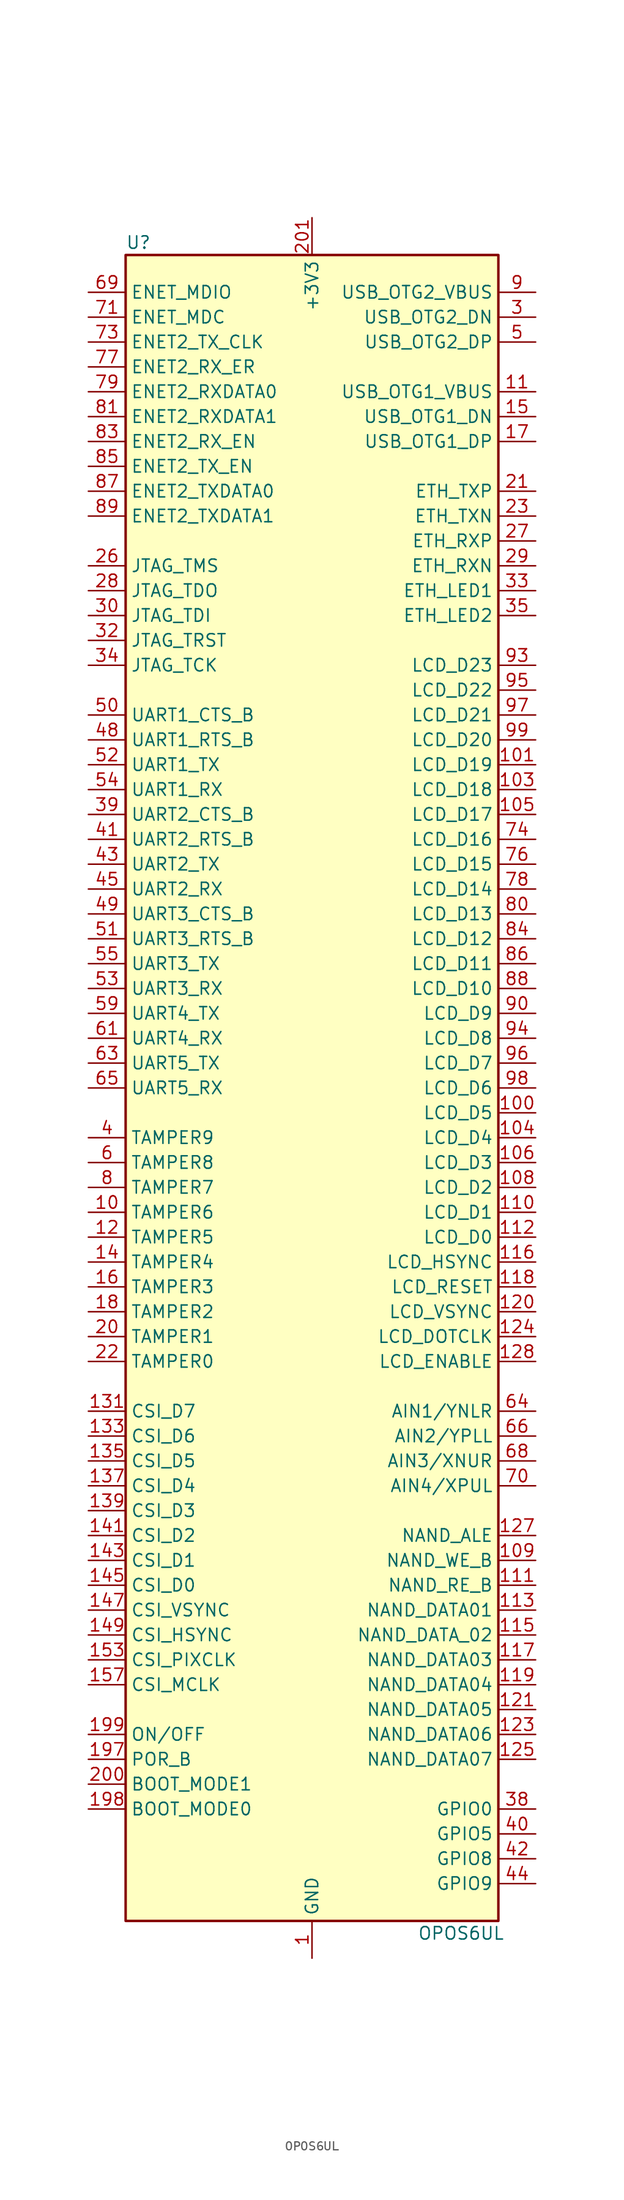
<source format=kicad_sym>
(kicad_symbol_lib
  (version 20211014)
  (generator kicad_symbol_editor)
  (symbol "OPOS6UL"
    (property "Reference" "U"
      (at -19.05 86.36 0)
      (effects (font (size 1.27 1.27)) (justify left)))
    (property "Value" "OPOS6UL"
      (at 15.24 -86.36 0)
      (effects (font (size 1.27 1.27))))
    (symbol "OPOS6UL_1_1"
      (rectangle (start -19.05 85.09) (end 19.05 -85.09) (stroke (width 0.254) (type default) (color 0 0 0 0)) (fill (type background)))
      (pin power_in line (at 0 -88.9 90) (length 3.81) (name "GND" (effects (font (size 1.27 1.27)))) (number "1" (effects (font (size 1.27 1.27)))))
      (pin bidirectional line (at -22.86 -12.7 0) (length 3.81) (name "TAMPER6" (effects (font (size 1.27 1.27)))) (number "10" (effects (font (size 1.27 1.27)))))
      (pin bidirectional line (at 22.86 -2.54 180) (length 3.81) (name "LCD_D5" (effects (font (size 1.27 1.27)))) (number "100" (effects (font (size 1.27 1.27)))))
      (pin bidirectional line (at 22.86 33.02 180) (length 3.81) (name "LCD_D19" (effects (font (size 1.27 1.27)))) (number "101" (effects (font (size 1.27 1.27)))))
      (pin passive line (at 0 -88.9 90) (length 3.81) hide (name "GND" (effects (font (size 1.27 1.27)))) (number "102" (effects (font (size 1.27 1.27)))))
      (pin bidirectional line (at 22.86 30.48 180) (length 3.81) (name "LCD_D18" (effects (font (size 1.27 1.27)))) (number "103" (effects (font (size 1.27 1.27)))))
      (pin bidirectional line (at 22.86 -5.08 180) (length 3.81) (name "LCD_D4" (effects (font (size 1.27 1.27)))) (number "104" (effects (font (size 1.27 1.27)))))
      (pin bidirectional line (at 22.86 27.94 180) (length 3.81) (name "LCD_D17" (effects (font (size 1.27 1.27)))) (number "105" (effects (font (size 1.27 1.27)))))
      (pin bidirectional line (at 22.86 -7.62 180) (length 3.81) (name "LCD_D3" (effects (font (size 1.27 1.27)))) (number "106" (effects (font (size 1.27 1.27)))))
      (pin passive line (at 0 -88.9 90) (length 3.81) hide (name "GND" (effects (font (size 1.27 1.27)))) (number "107" (effects (font (size 1.27 1.27)))))
      (pin bidirectional line (at 22.86 -10.16 180) (length 3.81) (name "LCD_D2" (effects (font (size 1.27 1.27)))) (number "108" (effects (font (size 1.27 1.27)))))
      (pin bidirectional line (at 22.86 -48.26 180) (length 3.81) (name "NAND_WE_B" (effects (font (size 1.27 1.27)))) (number "109" (effects (font (size 1.27 1.27)))))
      (pin power_in line (at 22.86 71.12 180) (length 3.81) (name "USB_OTG1_VBUS" (effects (font (size 1.27 1.27)))) (number "11" (effects (font (size 1.27 1.27)))))
      (pin bidirectional line (at 22.86 -12.7 180) (length 3.81) (name "LCD_D1" (effects (font (size 1.27 1.27)))) (number "110" (effects (font (size 1.27 1.27)))))
      (pin bidirectional line (at 22.86 -50.8 180) (length 3.81) (name "NAND_RE_B" (effects (font (size 1.27 1.27)))) (number "111" (effects (font (size 1.27 1.27)))))
      (pin bidirectional line (at 22.86 -15.24 180) (length 3.81) (name "LCD_D0" (effects (font (size 1.27 1.27)))) (number "112" (effects (font (size 1.27 1.27)))))
      (pin bidirectional line (at 22.86 -53.34 180) (length 3.81) (name "NAND_DATA01" (effects (font (size 1.27 1.27)))) (number "113" (effects (font (size 1.27 1.27)))))
      (pin passive line (at 0 -88.9 90) (length 3.81) hide (name "GND" (effects (font (size 1.27 1.27)))) (number "114" (effects (font (size 1.27 1.27)))))
      (pin bidirectional line (at 22.86 -55.88 180) (length 3.81) (name "NAND_DATA_02" (effects (font (size 1.27 1.27)))) (number "115" (effects (font (size 1.27 1.27)))))
      (pin bidirectional line (at 22.86 -17.78 180) (length 3.81) (name "LCD_HSYNC" (effects (font (size 1.27 1.27)))) (number "116" (effects (font (size 1.27 1.27)))))
      (pin bidirectional line (at 22.86 -58.42 180) (length 3.81) (name "NAND_DATA03" (effects (font (size 1.27 1.27)))) (number "117" (effects (font (size 1.27 1.27)))))
      (pin bidirectional line (at 22.86 -20.32 180) (length 3.81) (name "LCD_RESET" (effects (font (size 1.27 1.27)))) (number "118" (effects (font (size 1.27 1.27)))))
      (pin bidirectional line (at 22.86 -60.96 180) (length 3.81) (name "NAND_DATA04" (effects (font (size 1.27 1.27)))) (number "119" (effects (font (size 1.27 1.27)))))
      (pin bidirectional line (at -22.86 -15.24 0) (length 3.81) (name "TAMPER5" (effects (font (size 1.27 1.27)))) (number "12" (effects (font (size 1.27 1.27)))))
      (pin bidirectional line (at 22.86 -22.86 180) (length 3.81) (name "LCD_VSYNC" (effects (font (size 1.27 1.27)))) (number "120" (effects (font (size 1.27 1.27)))))
      (pin bidirectional line (at 22.86 -63.5 180) (length 3.81) (name "NAND_DATA05" (effects (font (size 1.27 1.27)))) (number "121" (effects (font (size 1.27 1.27)))))
      (pin passive line (at 0 -88.9 90) (length 3.81) hide (name "GND" (effects (font (size 1.27 1.27)))) (number "122" (effects (font (size 1.27 1.27)))))
      (pin bidirectional line (at 22.86 -66.04 180) (length 3.81) (name "NAND_DATA06" (effects (font (size 1.27 1.27)))) (number "123" (effects (font (size 1.27 1.27)))))
      (pin bidirectional line (at 22.86 -25.4 180) (length 3.81) (name "LCD_DOTCLK" (effects (font (size 1.27 1.27)))) (number "124" (effects (font (size 1.27 1.27)))))
      (pin bidirectional line (at 22.86 -68.58 180) (length 3.81) (name "NAND_DATA07" (effects (font (size 1.27 1.27)))) (number "125" (effects (font (size 1.27 1.27)))))
      (pin passive line (at 0 -88.9 90) (length 3.81) hide (name "GND" (effects (font (size 1.27 1.27)))) (number "126" (effects (font (size 1.27 1.27)))))
      (pin bidirectional line (at 22.86 -45.72 180) (length 3.81) (name "NAND_ALE" (effects (font (size 1.27 1.27)))) (number "127" (effects (font (size 1.27 1.27)))))
      (pin bidirectional line (at 22.86 -27.94 180) (length 3.81) (name "LCD_ENABLE" (effects (font (size 1.27 1.27)))) (number "128" (effects (font (size 1.27 1.27)))))
      (pin passive line (at 0 -88.9 90) (length 3.81) hide (name "GND" (effects (font (size 1.27 1.27)))) (number "129" (effects (font (size 1.27 1.27)))))
      (pin passive line (at 0 -88.9 90) (length 3.81) hide (name "GND" (effects (font (size 1.27 1.27)))) (number "13" (effects (font (size 1.27 1.27)))))
      (pin no_connect line (at 0 17.78 0) (length 3.81) hide (name "NC" (effects (font (size 1.27 1.27)))) (number "130" (effects (font (size 1.27 1.27)))))
      (pin bidirectional line (at -22.86 -33.02 0) (length 3.81) (name "CSI_D7" (effects (font (size 1.27 1.27)))) (number "131" (effects (font (size 1.27 1.27)))))
      (pin no_connect line (at 0 15.24 0) (length 3.81) hide (name "NC" (effects (font (size 1.27 1.27)))) (number "132" (effects (font (size 1.27 1.27)))))
      (pin bidirectional line (at -22.86 -35.56 0) (length 3.81) (name "CSI_D6" (effects (font (size 1.27 1.27)))) (number "133" (effects (font (size 1.27 1.27)))))
      (pin no_connect line (at 0 12.7 0) (length 3.81) hide (name "NC" (effects (font (size 1.27 1.27)))) (number "134" (effects (font (size 1.27 1.27)))))
      (pin bidirectional line (at -22.86 -38.1 0) (length 3.81) (name "CSI_D5" (effects (font (size 1.27 1.27)))) (number "135" (effects (font (size 1.27 1.27)))))
      (pin no_connect line (at 0 10.16 0) (length 3.81) hide (name "NC" (effects (font (size 1.27 1.27)))) (number "136" (effects (font (size 1.27 1.27)))))
      (pin bidirectional line (at -22.86 -40.64 0) (length 3.81) (name "CSI_D4" (effects (font (size 1.27 1.27)))) (number "137" (effects (font (size 1.27 1.27)))))
      (pin no_connect line (at 0 7.62 0) (length 3.81) hide (name "NC" (effects (font (size 1.27 1.27)))) (number "138" (effects (font (size 1.27 1.27)))))
      (pin bidirectional line (at -22.86 -43.18 0) (length 3.81) (name "CSI_D3" (effects (font (size 1.27 1.27)))) (number "139" (effects (font (size 1.27 1.27)))))
      (pin bidirectional line (at -22.86 -17.78 0) (length 3.81) (name "TAMPER4" (effects (font (size 1.27 1.27)))) (number "14" (effects (font (size 1.27 1.27)))))
      (pin no_connect line (at 0 5.08 0) (length 3.81) hide (name "NC" (effects (font (size 1.27 1.27)))) (number "140" (effects (font (size 1.27 1.27)))))
      (pin bidirectional line (at -22.86 -45.72 0) (length 3.81) (name "CSI_D2" (effects (font (size 1.27 1.27)))) (number "141" (effects (font (size 1.27 1.27)))))
      (pin no_connect line (at 0 2.54 0) (length 3.81) hide (name "NC" (effects (font (size 1.27 1.27)))) (number "142" (effects (font (size 1.27 1.27)))))
      (pin bidirectional line (at -22.86 -48.26 0) (length 3.81) (name "CSI_D1" (effects (font (size 1.27 1.27)))) (number "143" (effects (font (size 1.27 1.27)))))
      (pin no_connect line (at 0 0 0) (length 3.81) hide (name "NC" (effects (font (size 1.27 1.27)))) (number "144" (effects (font (size 1.27 1.27)))))
      (pin bidirectional line (at -22.86 -50.8 0) (length 3.81) (name "CSI_D0" (effects (font (size 1.27 1.27)))) (number "145" (effects (font (size 1.27 1.27)))))
      (pin no_connect line (at 0 -2.54 0) (length 3.81) hide (name "NC" (effects (font (size 1.27 1.27)))) (number "146" (effects (font (size 1.27 1.27)))))
      (pin bidirectional line (at -22.86 -53.34 0) (length 3.81) (name "CSI_VSYNC" (effects (font (size 1.27 1.27)))) (number "147" (effects (font (size 1.27 1.27)))))
      (pin no_connect line (at 0 -5.08 0) (length 3.81) hide (name "NC" (effects (font (size 1.27 1.27)))) (number "148" (effects (font (size 1.27 1.27)))))
      (pin bidirectional line (at -22.86 -55.88 0) (length 3.81) (name "CSI_HSYNC" (effects (font (size 1.27 1.27)))) (number "149" (effects (font (size 1.27 1.27)))))
      (pin bidirectional line (at 22.86 68.58 180) (length 3.81) (name "USB_OTG1_DN" (effects (font (size 1.27 1.27)))) (number "15" (effects (font (size 1.27 1.27)))))
      (pin no_connect line (at 0 -7.62 0) (length 3.81) hide (name "NC" (effects (font (size 1.27 1.27)))) (number "150" (effects (font (size 1.27 1.27)))))
      (pin passive line (at 0 -88.9 90) (length 3.81) hide (name "GND" (effects (font (size 1.27 1.27)))) (number "151" (effects (font (size 1.27 1.27)))))
      (pin no_connect line (at 0 -10.16 0) (length 3.81) hide (name "NC" (effects (font (size 1.27 1.27)))) (number "152" (effects (font (size 1.27 1.27)))))
      (pin bidirectional line (at -22.86 -58.42 0) (length 3.81) (name "CSI_PIXCLK" (effects (font (size 1.27 1.27)))) (number "153" (effects (font (size 1.27 1.27)))))
      (pin no_connect line (at 0 -12.7 0) (length 3.81) hide (name "NC" (effects (font (size 1.27 1.27)))) (number "154" (effects (font (size 1.27 1.27)))))
      (pin passive line (at 0 -88.9 90) (length 3.81) hide (name "GND" (effects (font (size 1.27 1.27)))) (number "155" (effects (font (size 1.27 1.27)))))
      (pin no_connect line (at 0 -15.24 0) (length 3.81) hide (name "NC" (effects (font (size 1.27 1.27)))) (number "156" (effects (font (size 1.27 1.27)))))
      (pin bidirectional line (at -22.86 -60.96 0) (length 3.81) (name "CSI_MCLK" (effects (font (size 1.27 1.27)))) (number "157" (effects (font (size 1.27 1.27)))))
      (pin no_connect line (at 0 -17.78 0) (length 3.81) hide (name "NC" (effects (font (size 1.27 1.27)))) (number "158" (effects (font (size 1.27 1.27)))))
      (pin passive line (at 0 -88.9 90) (length 3.81) hide (name "GND" (effects (font (size 1.27 1.27)))) (number "159" (effects (font (size 1.27 1.27)))))
      (pin bidirectional line (at -22.86 -20.32 0) (length 3.81) (name "TAMPER3" (effects (font (size 1.27 1.27)))) (number "16" (effects (font (size 1.27 1.27)))))
      (pin no_connect line (at 0 -20.32 0) (length 3.81) hide (name "NC" (effects (font (size 1.27 1.27)))) (number "160" (effects (font (size 1.27 1.27)))))
      (pin no_connect line (at 0 68.58 0) (length 3.81) hide (name "NC" (effects (font (size 1.27 1.27)))) (number "161" (effects (font (size 1.27 1.27)))))
      (pin no_connect line (at 0 -22.86 0) (length 3.81) hide (name "NC" (effects (font (size 1.27 1.27)))) (number "162" (effects (font (size 1.27 1.27)))))
      (pin no_connect line (at 0 66.04 0) (length 3.81) hide (name "NC" (effects (font (size 1.27 1.27)))) (number "163" (effects (font (size 1.27 1.27)))))
      (pin no_connect line (at 0 -25.4 0) (length 3.81) hide (name "NC" (effects (font (size 1.27 1.27)))) (number "164" (effects (font (size 1.27 1.27)))))
      (pin no_connect line (at 0 63.5 0) (length 3.81) hide (name "NC" (effects (font (size 1.27 1.27)))) (number "165" (effects (font (size 1.27 1.27)))))
      (pin no_connect line (at 0 -27.94 0) (length 3.81) hide (name "NC" (effects (font (size 1.27 1.27)))) (number "166" (effects (font (size 1.27 1.27)))))
      (pin no_connect line (at 0 60.96 0) (length 3.81) hide (name "NC" (effects (font (size 1.27 1.27)))) (number "167" (effects (font (size 1.27 1.27)))))
      (pin no_connect line (at 0 -30.48 0) (length 3.81) hide (name "NC" (effects (font (size 1.27 1.27)))) (number "168" (effects (font (size 1.27 1.27)))))
      (pin no_connect line (at 0 58.42 0) (length 3.81) hide (name "NC" (effects (font (size 1.27 1.27)))) (number "169" (effects (font (size 1.27 1.27)))))
      (pin bidirectional line (at 22.86 66.04 180) (length 3.81) (name "USB_OTG1_DP" (effects (font (size 1.27 1.27)))) (number "17" (effects (font (size 1.27 1.27)))))
      (pin no_connect line (at 0 -33.02 0) (length 3.81) hide (name "NC" (effects (font (size 1.27 1.27)))) (number "170" (effects (font (size 1.27 1.27)))))
      (pin no_connect line (at 0 55.88 0) (length 3.81) hide (name "NC" (effects (font (size 1.27 1.27)))) (number "171" (effects (font (size 1.27 1.27)))))
      (pin no_connect line (at 0 -35.56 0) (length 3.81) hide (name "NC" (effects (font (size 1.27 1.27)))) (number "172" (effects (font (size 1.27 1.27)))))
      (pin no_connect line (at 0 53.34 0) (length 3.81) hide (name "NC" (effects (font (size 1.27 1.27)))) (number "173" (effects (font (size 1.27 1.27)))))
      (pin no_connect line (at 0 -38.1 0) (length 3.81) hide (name "NC" (effects (font (size 1.27 1.27)))) (number "174" (effects (font (size 1.27 1.27)))))
      (pin no_connect line (at 0 50.8 0) (length 3.81) hide (name "NC" (effects (font (size 1.27 1.27)))) (number "175" (effects (font (size 1.27 1.27)))))
      (pin no_connect line (at 0 -40.64 0) (length 3.81) hide (name "NC" (effects (font (size 1.27 1.27)))) (number "176" (effects (font (size 1.27 1.27)))))
      (pin no_connect line (at 0 48.26 0) (length 3.81) hide (name "NC" (effects (font (size 1.27 1.27)))) (number "177" (effects (font (size 1.27 1.27)))))
      (pin no_connect line (at 0 -43.18 0) (length 3.81) hide (name "NC" (effects (font (size 1.27 1.27)))) (number "178" (effects (font (size 1.27 1.27)))))
      (pin no_connect line (at 0 45.72 0) (length 3.81) hide (name "NC" (effects (font (size 1.27 1.27)))) (number "179" (effects (font (size 1.27 1.27)))))
      (pin bidirectional line (at -22.86 -22.86 0) (length 3.81) (name "TAMPER2" (effects (font (size 1.27 1.27)))) (number "18" (effects (font (size 1.27 1.27)))))
      (pin no_connect line (at 0 -45.72 0) (length 3.81) hide (name "NC" (effects (font (size 1.27 1.27)))) (number "180" (effects (font (size 1.27 1.27)))))
      (pin no_connect line (at 0 43.18 0) (length 3.81) hide (name "NC" (effects (font (size 1.27 1.27)))) (number "181" (effects (font (size 1.27 1.27)))))
      (pin no_connect line (at 0 -48.26 0) (length 3.81) hide (name "NC" (effects (font (size 1.27 1.27)))) (number "182" (effects (font (size 1.27 1.27)))))
      (pin no_connect line (at 0 40.64 0) (length 3.81) hide (name "NC" (effects (font (size 1.27 1.27)))) (number "183" (effects (font (size 1.27 1.27)))))
      (pin no_connect line (at 0 -50.8 0) (length 3.81) hide (name "NC" (effects (font (size 1.27 1.27)))) (number "184" (effects (font (size 1.27 1.27)))))
      (pin no_connect line (at 0 38.1 0) (length 3.81) hide (name "NC" (effects (font (size 1.27 1.27)))) (number "185" (effects (font (size 1.27 1.27)))))
      (pin no_connect line (at 0 -53.34 0) (length 3.81) hide (name "NC" (effects (font (size 1.27 1.27)))) (number "186" (effects (font (size 1.27 1.27)))))
      (pin no_connect line (at 0 35.56 0) (length 3.81) hide (name "NC" (effects (font (size 1.27 1.27)))) (number "187" (effects (font (size 1.27 1.27)))))
      (pin no_connect line (at 0 -55.88 0) (length 3.81) hide (name "NC" (effects (font (size 1.27 1.27)))) (number "188" (effects (font (size 1.27 1.27)))))
      (pin no_connect line (at 0 33.02 0) (length 3.81) hide (name "NC" (effects (font (size 1.27 1.27)))) (number "189" (effects (font (size 1.27 1.27)))))
      (pin passive line (at 0 -88.9 90) (length 3.81) hide (name "GND" (effects (font (size 1.27 1.27)))) (number "19" (effects (font (size 1.27 1.27)))))
      (pin no_connect line (at 0 -58.42 0) (length 3.81) hide (name "NC" (effects (font (size 1.27 1.27)))) (number "190" (effects (font (size 1.27 1.27)))))
      (pin no_connect line (at 0 30.48 0) (length 3.81) hide (name "NC" (effects (font (size 1.27 1.27)))) (number "191" (effects (font (size 1.27 1.27)))))
      (pin no_connect line (at 0 -60.96 0) (length 3.81) hide (name "NC" (effects (font (size 1.27 1.27)))) (number "192" (effects (font (size 1.27 1.27)))))
      (pin no_connect line (at 0 27.94 0) (length 3.81) hide (name "NC" (effects (font (size 1.27 1.27)))) (number "193" (effects (font (size 1.27 1.27)))))
      (pin no_connect line (at 0 -63.5 0) (length 3.81) hide (name "NC" (effects (font (size 1.27 1.27)))) (number "194" (effects (font (size 1.27 1.27)))))
      (pin no_connect line (at 0 25.4 0) (length 3.81) hide (name "NC" (effects (font (size 1.27 1.27)))) (number "195" (effects (font (size 1.27 1.27)))))
      (pin no_connect line (at 0 -66.04 0) (length 3.81) hide (name "NC" (effects (font (size 1.27 1.27)))) (number "196" (effects (font (size 1.27 1.27)))))
      (pin input line (at -22.86 -68.58 0) (length 3.81) (name "POR_B" (effects (font (size 1.27 1.27)))) (number "197" (effects (font (size 1.27 1.27)))))
      (pin input line (at -22.86 -73.66 0) (length 3.81) (name "BOOT_MODE0" (effects (font (size 1.27 1.27)))) (number "198" (effects (font (size 1.27 1.27)))))
      (pin input line (at -22.86 -66.04 0) (length 3.81) (name "ON/OFF" (effects (font (size 1.27 1.27)))) (number "199" (effects (font (size 1.27 1.27)))))
      (pin passive line (at 0 -88.9 90) (length 3.81) hide (name "GND" (effects (font (size 1.27 1.27)))) (number "2" (effects (font (size 1.27 1.27)))))
      (pin bidirectional line (at -22.86 -25.4 0) (length 3.81) (name "TAMPER1" (effects (font (size 1.27 1.27)))) (number "20" (effects (font (size 1.27 1.27)))))
      (pin input line (at -22.86 -71.12 0) (length 3.81) (name "BOOT_MODE1" (effects (font (size 1.27 1.27)))) (number "200" (effects (font (size 1.27 1.27)))))
      (pin power_in line (at 0 88.9 270) (length 3.81) (name "+3V3" (effects (font (size 1.27 1.27)))) (number "201" (effects (font (size 1.27 1.27)))))
      (pin passive line (at 0 88.9 270) (length 3.81) hide (name "+3V3" (effects (font (size 1.27 1.27)))) (number "202" (effects (font (size 1.27 1.27)))))
      (pin passive line (at 0 88.9 270) (length 3.81) hide (name "+3V3" (effects (font (size 1.27 1.27)))) (number "203" (effects (font (size 1.27 1.27)))))
      (pin passive line (at 0 88.9 270) (length 3.81) hide (name "+3V3" (effects (font (size 1.27 1.27)))) (number "204" (effects (font (size 1.27 1.27)))))
      (pin bidirectional line (at 22.86 60.96 180) (length 3.81) (name "ETH_TXP" (effects (font (size 1.27 1.27)))) (number "21" (effects (font (size 1.27 1.27)))))
      (pin bidirectional line (at -22.86 -27.94 0) (length 3.81) (name "TAMPER0" (effects (font (size 1.27 1.27)))) (number "22" (effects (font (size 1.27 1.27)))))
      (pin bidirectional line (at 22.86 58.42 180) (length 3.81) (name "ETH_TXN" (effects (font (size 1.27 1.27)))) (number "23" (effects (font (size 1.27 1.27)))))
      (pin passive line (at 0 -88.9 90) (length 3.81) hide (name "GND" (effects (font (size 1.27 1.27)))) (number "24" (effects (font (size 1.27 1.27)))))
      (pin passive line (at 0 -88.9 90) (length 3.81) hide (name "GND" (effects (font (size 1.27 1.27)))) (number "25" (effects (font (size 1.27 1.27)))))
      (pin bidirectional line (at -22.86 53.34 0) (length 3.81) (name "JTAG_TMS" (effects (font (size 1.27 1.27)))) (number "26" (effects (font (size 1.27 1.27)))))
      (pin bidirectional line (at 22.86 55.88 180) (length 3.81) (name "ETH_RXP" (effects (font (size 1.27 1.27)))) (number "27" (effects (font (size 1.27 1.27)))))
      (pin bidirectional line (at -22.86 50.8 0) (length 3.81) (name "JTAG_TDO" (effects (font (size 1.27 1.27)))) (number "28" (effects (font (size 1.27 1.27)))))
      (pin bidirectional line (at 22.86 53.34 180) (length 3.81) (name "ETH_RXN" (effects (font (size 1.27 1.27)))) (number "29" (effects (font (size 1.27 1.27)))))
      (pin bidirectional line (at 22.86 78.74 180) (length 3.81) (name "USB_OTG2_DN" (effects (font (size 1.27 1.27)))) (number "3" (effects (font (size 1.27 1.27)))))
      (pin bidirectional line (at -22.86 48.26 0) (length 3.81) (name "JTAG_TDI" (effects (font (size 1.27 1.27)))) (number "30" (effects (font (size 1.27 1.27)))))
      (pin passive line (at 0 -88.9 90) (length 3.81) hide (name "GND" (effects (font (size 1.27 1.27)))) (number "31" (effects (font (size 1.27 1.27)))))
      (pin bidirectional line (at -22.86 45.72 0) (length 3.81) (name "JTAG_TRST" (effects (font (size 1.27 1.27)))) (number "32" (effects (font (size 1.27 1.27)))))
      (pin output line (at 22.86 50.8 180) (length 3.81) (name "ETH_LED1" (effects (font (size 1.27 1.27)))) (number "33" (effects (font (size 1.27 1.27)))))
      (pin bidirectional line (at -22.86 43.18 0) (length 3.81) (name "JTAG_TCK" (effects (font (size 1.27 1.27)))) (number "34" (effects (font (size 1.27 1.27)))))
      (pin output line (at 22.86 48.26 180) (length 3.81) (name "ETH_LED2" (effects (font (size 1.27 1.27)))) (number "35" (effects (font (size 1.27 1.27)))))
      (pin passive line (at 0 -88.9 90) (length 3.81) hide (name "GND" (effects (font (size 1.27 1.27)))) (number "36" (effects (font (size 1.27 1.27)))))
      (pin passive line (at 0 -88.9 90) (length 3.81) hide (name "GND" (effects (font (size 1.27 1.27)))) (number "37" (effects (font (size 1.27 1.27)))))
      (pin bidirectional line (at 22.86 -73.66 180) (length 3.81) (name "GPIO0" (effects (font (size 1.27 1.27)))) (number "38" (effects (font (size 1.27 1.27)))))
      (pin bidirectional line (at -22.86 27.94 0) (length 3.81) (name "UART2_CTS_B" (effects (font (size 1.27 1.27)))) (number "39" (effects (font (size 1.27 1.27)))))
      (pin bidirectional line (at -22.86 -5.08 0) (length 3.81) (name "TAMPER9" (effects (font (size 1.27 1.27)))) (number "4" (effects (font (size 1.27 1.27)))))
      (pin bidirectional line (at 22.86 -76.2 180) (length 3.81) (name "GPIO5" (effects (font (size 1.27 1.27)))) (number "40" (effects (font (size 1.27 1.27)))))
      (pin bidirectional line (at -22.86 25.4 0) (length 3.81) (name "UART2_RTS_B" (effects (font (size 1.27 1.27)))) (number "41" (effects (font (size 1.27 1.27)))))
      (pin bidirectional line (at 22.86 -78.74 180) (length 3.81) (name "GPIO8" (effects (font (size 1.27 1.27)))) (number "42" (effects (font (size 1.27 1.27)))))
      (pin bidirectional line (at -22.86 22.86 0) (length 3.81) (name "UART2_TX" (effects (font (size 1.27 1.27)))) (number "43" (effects (font (size 1.27 1.27)))))
      (pin bidirectional line (at 22.86 -81.28 180) (length 3.81) (name "GPIO9" (effects (font (size 1.27 1.27)))) (number "44" (effects (font (size 1.27 1.27)))))
      (pin bidirectional line (at -22.86 20.32 0) (length 3.81) (name "UART2_RX" (effects (font (size 1.27 1.27)))) (number "45" (effects (font (size 1.27 1.27)))))
      (pin passive line (at 0 -88.9 90) (length 3.81) hide (name "GND" (effects (font (size 1.27 1.27)))) (number "46" (effects (font (size 1.27 1.27)))))
      (pin passive line (at 0 -88.9 90) (length 3.81) hide (name "GND" (effects (font (size 1.27 1.27)))) (number "47" (effects (font (size 1.27 1.27)))))
      (pin bidirectional line (at -22.86 35.56 0) (length 3.81) (name "UART1_RTS_B" (effects (font (size 1.27 1.27)))) (number "48" (effects (font (size 1.27 1.27)))))
      (pin bidirectional line (at -22.86 17.78 0) (length 3.81) (name "UART3_CTS_B" (effects (font (size 1.27 1.27)))) (number "49" (effects (font (size 1.27 1.27)))))
      (pin bidirectional line (at 22.86 76.2 180) (length 3.81) (name "USB_OTG2_DP" (effects (font (size 1.27 1.27)))) (number "5" (effects (font (size 1.27 1.27)))))
      (pin bidirectional line (at -22.86 38.1 0) (length 3.81) (name "UART1_CTS_B" (effects (font (size 1.27 1.27)))) (number "50" (effects (font (size 1.27 1.27)))))
      (pin bidirectional line (at -22.86 15.24 0) (length 3.81) (name "UART3_RTS_B" (effects (font (size 1.27 1.27)))) (number "51" (effects (font (size 1.27 1.27)))))
      (pin bidirectional line (at -22.86 33.02 0) (length 3.81) (name "UART1_TX" (effects (font (size 1.27 1.27)))) (number "52" (effects (font (size 1.27 1.27)))))
      (pin bidirectional line (at -22.86 10.16 0) (length 3.81) (name "UART3_RX" (effects (font (size 1.27 1.27)))) (number "53" (effects (font (size 1.27 1.27)))))
      (pin bidirectional line (at -22.86 30.48 0) (length 3.81) (name "UART1_RX" (effects (font (size 1.27 1.27)))) (number "54" (effects (font (size 1.27 1.27)))))
      (pin bidirectional line (at -22.86 12.7 0) (length 3.81) (name "UART3_TX" (effects (font (size 1.27 1.27)))) (number "55" (effects (font (size 1.27 1.27)))))
      (pin passive line (at 0 -88.9 90) (length 3.81) hide (name "GND" (effects (font (size 1.27 1.27)))) (number "56" (effects (font (size 1.27 1.27)))))
      (pin passive line (at 0 -88.9 90) (length 3.81) hide (name "GND" (effects (font (size 1.27 1.27)))) (number "57" (effects (font (size 1.27 1.27)))))
      (pin no_connect line (at 0 22.86 0) (length 3.81) hide (name "NC" (effects (font (size 1.27 1.27)))) (number "58" (effects (font (size 1.27 1.27)))))
      (pin bidirectional line (at -22.86 7.62 0) (length 3.81) (name "UART4_TX" (effects (font (size 1.27 1.27)))) (number "59" (effects (font (size 1.27 1.27)))))
      (pin bidirectional line (at -22.86 -7.62 0) (length 3.81) (name "TAMPER8" (effects (font (size 1.27 1.27)))) (number "6" (effects (font (size 1.27 1.27)))))
      (pin no_connect line (at 0 20.32 0) (length 3.81) hide (name "NC" (effects (font (size 1.27 1.27)))) (number "60" (effects (font (size 1.27 1.27)))))
      (pin bidirectional line (at -22.86 5.08 0) (length 3.81) (name "UART4_RX" (effects (font (size 1.27 1.27)))) (number "61" (effects (font (size 1.27 1.27)))))
      (pin passive line (at 0 -88.9 90) (length 3.81) hide (name "GND" (effects (font (size 1.27 1.27)))) (number "62" (effects (font (size 1.27 1.27)))))
      (pin bidirectional line (at -22.86 2.54 0) (length 3.81) (name "UART5_TX" (effects (font (size 1.27 1.27)))) (number "63" (effects (font (size 1.27 1.27)))))
      (pin bidirectional line (at 22.86 -33.02 180) (length 3.81) (name "AIN1/YNLR" (effects (font (size 1.27 1.27)))) (number "64" (effects (font (size 1.27 1.27)))))
      (pin bidirectional line (at -22.86 0 0) (length 3.81) (name "UART5_RX" (effects (font (size 1.27 1.27)))) (number "65" (effects (font (size 1.27 1.27)))))
      (pin bidirectional line (at 22.86 -35.56 180) (length 3.81) (name "AIN2/YPLL" (effects (font (size 1.27 1.27)))) (number "66" (effects (font (size 1.27 1.27)))))
      (pin passive line (at 0 -88.9 90) (length 3.81) hide (name "GND" (effects (font (size 1.27 1.27)))) (number "67" (effects (font (size 1.27 1.27)))))
      (pin bidirectional line (at 22.86 -38.1 180) (length 3.81) (name "AIN3/XNUR" (effects (font (size 1.27 1.27)))) (number "68" (effects (font (size 1.27 1.27)))))
      (pin bidirectional line (at -22.86 81.28 0) (length 3.81) (name "ENET_MDIO" (effects (font (size 1.27 1.27)))) (number "69" (effects (font (size 1.27 1.27)))))
      (pin passive line (at 0 -88.9 90) (length 3.81) hide (name "GND" (effects (font (size 1.27 1.27)))) (number "7" (effects (font (size 1.27 1.27)))))
      (pin bidirectional line (at 22.86 -40.64 180) (length 3.81) (name "AIN4/XPUL" (effects (font (size 1.27 1.27)))) (number "70" (effects (font (size 1.27 1.27)))))
      (pin bidirectional line (at -22.86 78.74 0) (length 3.81) (name "ENET_MDC" (effects (font (size 1.27 1.27)))) (number "71" (effects (font (size 1.27 1.27)))))
      (pin passive line (at 0 -88.9 90) (length 3.81) hide (name "GND" (effects (font (size 1.27 1.27)))) (number "72" (effects (font (size 1.27 1.27)))))
      (pin bidirectional line (at -22.86 76.2 0) (length 3.81) (name "ENET2_TX_CLK" (effects (font (size 1.27 1.27)))) (number "73" (effects (font (size 1.27 1.27)))))
      (pin bidirectional line (at 22.86 25.4 180) (length 3.81) (name "LCD_D16" (effects (font (size 1.27 1.27)))) (number "74" (effects (font (size 1.27 1.27)))))
      (pin passive line (at 0 -88.9 90) (length 3.81) hide (name "GND" (effects (font (size 1.27 1.27)))) (number "75" (effects (font (size 1.27 1.27)))))
      (pin bidirectional line (at 22.86 22.86 180) (length 3.81) (name "LCD_D15" (effects (font (size 1.27 1.27)))) (number "76" (effects (font (size 1.27 1.27)))))
      (pin bidirectional line (at -22.86 73.66 0) (length 3.81) (name "ENET2_RX_ER" (effects (font (size 1.27 1.27)))) (number "77" (effects (font (size 1.27 1.27)))))
      (pin bidirectional line (at 22.86 20.32 180) (length 3.81) (name "LCD_D14" (effects (font (size 1.27 1.27)))) (number "78" (effects (font (size 1.27 1.27)))))
      (pin bidirectional line (at -22.86 71.12 0) (length 3.81) (name "ENET2_RXDATA0" (effects (font (size 1.27 1.27)))) (number "79" (effects (font (size 1.27 1.27)))))
      (pin bidirectional line (at -22.86 -10.16 0) (length 3.81) (name "TAMPER7" (effects (font (size 1.27 1.27)))) (number "8" (effects (font (size 1.27 1.27)))))
      (pin bidirectional line (at 22.86 17.78 180) (length 3.81) (name "LCD_D13" (effects (font (size 1.27 1.27)))) (number "80" (effects (font (size 1.27 1.27)))))
      (pin bidirectional line (at -22.86 68.58 0) (length 3.81) (name "ENET2_RXDATA1" (effects (font (size 1.27 1.27)))) (number "81" (effects (font (size 1.27 1.27)))))
      (pin passive line (at 0 -88.9 90) (length 3.81) hide (name "GND" (effects (font (size 1.27 1.27)))) (number "82" (effects (font (size 1.27 1.27)))))
      (pin bidirectional line (at -22.86 66.04 0) (length 3.81) (name "ENET2_RX_EN" (effects (font (size 1.27 1.27)))) (number "83" (effects (font (size 1.27 1.27)))))
      (pin bidirectional line (at 22.86 15.24 180) (length 3.81) (name "LCD_D12" (effects (font (size 1.27 1.27)))) (number "84" (effects (font (size 1.27 1.27)))))
      (pin bidirectional line (at -22.86 63.5 0) (length 3.81) (name "ENET2_TX_EN" (effects (font (size 1.27 1.27)))) (number "85" (effects (font (size 1.27 1.27)))))
      (pin bidirectional line (at 22.86 12.7 180) (length 3.81) (name "LCD_D11" (effects (font (size 1.27 1.27)))) (number "86" (effects (font (size 1.27 1.27)))))
      (pin bidirectional line (at -22.86 60.96 0) (length 3.81) (name "ENET2_TXDATA0" (effects (font (size 1.27 1.27)))) (number "87" (effects (font (size 1.27 1.27)))))
      (pin bidirectional line (at 22.86 10.16 180) (length 3.81) (name "LCD_D10" (effects (font (size 1.27 1.27)))) (number "88" (effects (font (size 1.27 1.27)))))
      (pin bidirectional line (at -22.86 58.42 0) (length 3.81) (name "ENET2_TXDATA1" (effects (font (size 1.27 1.27)))) (number "89" (effects (font (size 1.27 1.27)))))
      (pin power_in line (at 22.86 81.28 180) (length 3.81) (name "USB_OTG2_VBUS" (effects (font (size 1.27 1.27)))) (number "9" (effects (font (size 1.27 1.27)))))
      (pin bidirectional line (at 22.86 7.62 180) (length 3.81) (name "LCD_D9" (effects (font (size 1.27 1.27)))) (number "90" (effects (font (size 1.27 1.27)))))
      (pin passive line (at 0 -88.9 90) (length 3.81) hide (name "GND" (effects (font (size 1.27 1.27)))) (number "91" (effects (font (size 1.27 1.27)))))
      (pin passive line (at 0 -88.9 90) (length 3.81) hide (name "GND" (effects (font (size 1.27 1.27)))) (number "92" (effects (font (size 1.27 1.27)))))
      (pin bidirectional line (at 22.86 43.18 180) (length 3.81) (name "LCD_D23" (effects (font (size 1.27 1.27)))) (number "93" (effects (font (size 1.27 1.27)))))
      (pin bidirectional line (at 22.86 5.08 180) (length 3.81) (name "LCD_D8" (effects (font (size 1.27 1.27)))) (number "94" (effects (font (size 1.27 1.27)))))
      (pin bidirectional line (at 22.86 40.64 180) (length 3.81) (name "LCD_D22" (effects (font (size 1.27 1.27)))) (number "95" (effects (font (size 1.27 1.27)))))
      (pin bidirectional line (at 22.86 2.54 180) (length 3.81) (name "LCD_D7" (effects (font (size 1.27 1.27)))) (number "96" (effects (font (size 1.27 1.27)))))
      (pin bidirectional line (at 22.86 38.1 180) (length 3.81) (name "LCD_D21" (effects (font (size 1.27 1.27)))) (number "97" (effects (font (size 1.27 1.27)))))
      (pin bidirectional line (at 22.86 0 180) (length 3.81) (name "LCD_D6" (effects (font (size 1.27 1.27)))) (number "98" (effects (font (size 1.27 1.27)))))
      (pin bidirectional line (at 22.86 35.56 180) (length 3.81) (name "LCD_D20" (effects (font (size 1.27 1.27)))) (number "99" (effects (font (size 1.27 1.27))))))))
</source>
